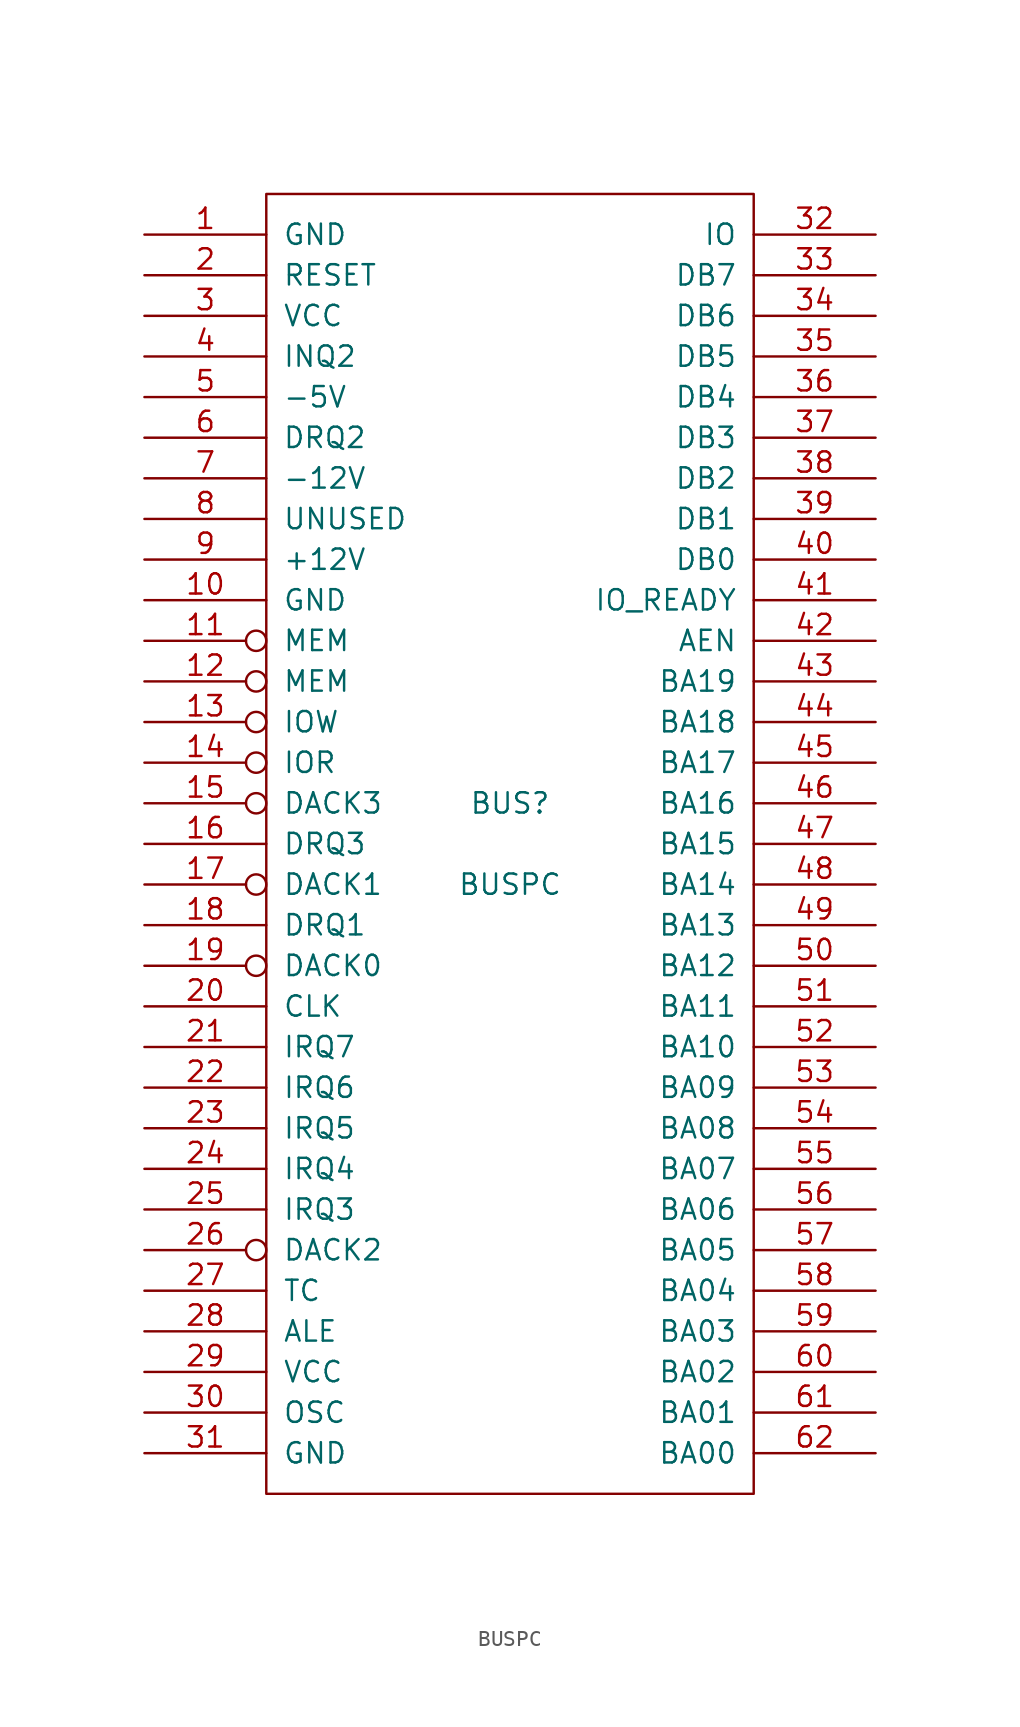
<source format=kicad_sym>
(kicad_symbol_lib
  (version 20211014)
  (generator kicad_symbol_editor)
  (symbol "BUSPC"
    (pin_names
      (offset 1.016))
    (property "Reference" "BUS"
      (at 0 2.54 0)
      (effects (font (size 1.27 1.27))))
    (property "Value" "BUSPC"
      (at 0 -2.54 0)
      (effects (font (size 1.27 1.27))))
    (property "Footprint" ""
      (at 0 0 0)
      (effects (font (size 1.27 1.27))))
    (property "Datasheet" ""
      (at 0 0 0)
      (effects (font (size 1.27 1.27))))
    (symbol "BUSPC_0_1"
      (rectangle (start -15.24 -40.64) (end 15.24 40.64) (stroke (width 0) (type default) (color 0 0 0 0)) (fill (type none))))
    (symbol "BUSPC_1_1"
      (pin passive line (at -22.86 38.1 0) (length 7.62) (name "GND" (effects (font (size 1.27 1.27)))) (number "1" (effects (font (size 1.27 1.27)))))
      (pin passive line (at -22.86 15.24 0) (length 7.62) (name "GND" (effects (font (size 1.27 1.27)))) (number "10" (effects (font (size 1.27 1.27)))))
      (pin output inverted (at -22.86 12.7 0) (length 7.62) (name "MEM" (effects (font (size 1.27 1.27)))) (number "11" (effects (font (size 1.27 1.27)))))
      (pin output inverted (at -22.86 10.16 0) (length 7.62) (name "MEM" (effects (font (size 1.27 1.27)))) (number "12" (effects (font (size 1.27 1.27)))))
      (pin output inverted (at -22.86 7.62 0) (length 7.62) (name "IOW" (effects (font (size 1.27 1.27)))) (number "13" (effects (font (size 1.27 1.27)))))
      (pin output inverted (at -22.86 5.08 0) (length 7.62) (name "IOR" (effects (font (size 1.27 1.27)))) (number "14" (effects (font (size 1.27 1.27)))))
      (pin passive inverted (at -22.86 2.54 0) (length 7.62) (name "DACK3" (effects (font (size 1.27 1.27)))) (number "15" (effects (font (size 1.27 1.27)))))
      (pin passive line (at -22.86 0 0) (length 7.62) (name "DRQ3" (effects (font (size 1.27 1.27)))) (number "16" (effects (font (size 1.27 1.27)))))
      (pin passive inverted (at -22.86 -2.54 0) (length 7.62) (name "DACK1" (effects (font (size 1.27 1.27)))) (number "17" (effects (font (size 1.27 1.27)))))
      (pin passive line (at -22.86 -5.08 0) (length 7.62) (name "DRQ1" (effects (font (size 1.27 1.27)))) (number "18" (effects (font (size 1.27 1.27)))))
      (pin passive inverted (at -22.86 -7.62 0) (length 7.62) (name "DACK0" (effects (font (size 1.27 1.27)))) (number "19" (effects (font (size 1.27 1.27)))))
      (pin output line (at -22.86 35.56 0) (length 7.62) (name "RESET" (effects (font (size 1.27 1.27)))) (number "2" (effects (font (size 1.27 1.27)))))
      (pin output line (at -22.86 -10.16 0) (length 7.62) (name "CLK" (effects (font (size 1.27 1.27)))) (number "20" (effects (font (size 1.27 1.27)))))
      (pin passive line (at -22.86 -12.7 0) (length 7.62) (name "IRQ7" (effects (font (size 1.27 1.27)))) (number "21" (effects (font (size 1.27 1.27)))))
      (pin passive line (at -22.86 -15.24 0) (length 7.62) (name "IRQ6" (effects (font (size 1.27 1.27)))) (number "22" (effects (font (size 1.27 1.27)))))
      (pin passive line (at -22.86 -17.78 0) (length 7.62) (name "IRQ5" (effects (font (size 1.27 1.27)))) (number "23" (effects (font (size 1.27 1.27)))))
      (pin passive line (at -22.86 -20.32 0) (length 7.62) (name "IRQ4" (effects (font (size 1.27 1.27)))) (number "24" (effects (font (size 1.27 1.27)))))
      (pin passive line (at -22.86 -22.86 0) (length 7.62) (name "IRQ3" (effects (font (size 1.27 1.27)))) (number "25" (effects (font (size 1.27 1.27)))))
      (pin passive inverted (at -22.86 -25.4 0) (length 7.62) (name "DACK2" (effects (font (size 1.27 1.27)))) (number "26" (effects (font (size 1.27 1.27)))))
      (pin passive line (at -22.86 -27.94 0) (length 7.62) (name "TC" (effects (font (size 1.27 1.27)))) (number "27" (effects (font (size 1.27 1.27)))))
      (pin output line (at -22.86 -30.48 0) (length 7.62) (name "ALE" (effects (font (size 1.27 1.27)))) (number "28" (effects (font (size 1.27 1.27)))))
      (pin passive line (at -22.86 -33.02 0) (length 7.62) (name "VCC" (effects (font (size 1.27 1.27)))) (number "29" (effects (font (size 1.27 1.27)))))
      (pin passive line (at -22.86 33.02 0) (length 7.62) (name "VCC" (effects (font (size 1.27 1.27)))) (number "3" (effects (font (size 1.27 1.27)))))
      (pin output line (at -22.86 -35.56 0) (length 7.62) (name "OSC" (effects (font (size 1.27 1.27)))) (number "30" (effects (font (size 1.27 1.27)))))
      (pin passive line (at -22.86 -38.1 0) (length 7.62) (name "GND" (effects (font (size 1.27 1.27)))) (number "31" (effects (font (size 1.27 1.27)))))
      (pin passive line (at 22.86 38.1 180) (length 7.62) (name "IO" (effects (font (size 1.27 1.27)))) (number "32" (effects (font (size 1.27 1.27)))))
      (pin tri_state line (at 22.86 35.56 180) (length 7.62) (name "DB7" (effects (font (size 1.27 1.27)))) (number "33" (effects (font (size 1.27 1.27)))))
      (pin tri_state line (at 22.86 33.02 180) (length 7.62) (name "DB6" (effects (font (size 1.27 1.27)))) (number "34" (effects (font (size 1.27 1.27)))))
      (pin tri_state line (at 22.86 30.48 180) (length 7.62) (name "DB5" (effects (font (size 1.27 1.27)))) (number "35" (effects (font (size 1.27 1.27)))))
      (pin tri_state line (at 22.86 27.94 180) (length 7.62) (name "DB4" (effects (font (size 1.27 1.27)))) (number "36" (effects (font (size 1.27 1.27)))))
      (pin tri_state line (at 22.86 25.4 180) (length 7.62) (name "DB3" (effects (font (size 1.27 1.27)))) (number "37" (effects (font (size 1.27 1.27)))))
      (pin tri_state line (at 22.86 22.86 180) (length 7.62) (name "DB2" (effects (font (size 1.27 1.27)))) (number "38" (effects (font (size 1.27 1.27)))))
      (pin tri_state line (at 22.86 20.32 180) (length 7.62) (name "DB1" (effects (font (size 1.27 1.27)))) (number "39" (effects (font (size 1.27 1.27)))))
      (pin passive line (at -22.86 30.48 0) (length 7.62) (name "INQ2" (effects (font (size 1.27 1.27)))) (number "4" (effects (font (size 1.27 1.27)))))
      (pin tri_state line (at 22.86 17.78 180) (length 7.62) (name "DB0" (effects (font (size 1.27 1.27)))) (number "40" (effects (font (size 1.27 1.27)))))
      (pin passive line (at 22.86 15.24 180) (length 7.62) (name "IO_READY" (effects (font (size 1.27 1.27)))) (number "41" (effects (font (size 1.27 1.27)))))
      (pin output line (at 22.86 12.7 180) (length 7.62) (name "AEN" (effects (font (size 1.27 1.27)))) (number "42" (effects (font (size 1.27 1.27)))))
      (pin tri_state line (at 22.86 10.16 180) (length 7.62) (name "BA19" (effects (font (size 1.27 1.27)))) (number "43" (effects (font (size 1.27 1.27)))))
      (pin tri_state line (at 22.86 7.62 180) (length 7.62) (name "BA18" (effects (font (size 1.27 1.27)))) (number "44" (effects (font (size 1.27 1.27)))))
      (pin tri_state line (at 22.86 5.08 180) (length 7.62) (name "BA17" (effects (font (size 1.27 1.27)))) (number "45" (effects (font (size 1.27 1.27)))))
      (pin tri_state line (at 22.86 2.54 180) (length 7.62) (name "BA16" (effects (font (size 1.27 1.27)))) (number "46" (effects (font (size 1.27 1.27)))))
      (pin tri_state line (at 22.86 0 180) (length 7.62) (name "BA15" (effects (font (size 1.27 1.27)))) (number "47" (effects (font (size 1.27 1.27)))))
      (pin tri_state line (at 22.86 -2.54 180) (length 7.62) (name "BA14" (effects (font (size 1.27 1.27)))) (number "48" (effects (font (size 1.27 1.27)))))
      (pin tri_state line (at 22.86 -5.08 180) (length 7.62) (name "BA13" (effects (font (size 1.27 1.27)))) (number "49" (effects (font (size 1.27 1.27)))))
      (pin passive line (at -22.86 27.94 0) (length 7.62) (name "-5V" (effects (font (size 1.27 1.27)))) (number "5" (effects (font (size 1.27 1.27)))))
      (pin tri_state line (at 22.86 -7.62 180) (length 7.62) (name "BA12" (effects (font (size 1.27 1.27)))) (number "50" (effects (font (size 1.27 1.27)))))
      (pin tri_state line (at 22.86 -10.16 180) (length 7.62) (name "BA11" (effects (font (size 1.27 1.27)))) (number "51" (effects (font (size 1.27 1.27)))))
      (pin tri_state line (at 22.86 -12.7 180) (length 7.62) (name "BA10" (effects (font (size 1.27 1.27)))) (number "52" (effects (font (size 1.27 1.27)))))
      (pin tri_state line (at 22.86 -15.24 180) (length 7.62) (name "BA09" (effects (font (size 1.27 1.27)))) (number "53" (effects (font (size 1.27 1.27)))))
      (pin tri_state line (at 22.86 -17.78 180) (length 7.62) (name "BA08" (effects (font (size 1.27 1.27)))) (number "54" (effects (font (size 1.27 1.27)))))
      (pin tri_state line (at 22.86 -20.32 180) (length 7.62) (name "BA07" (effects (font (size 1.27 1.27)))) (number "55" (effects (font (size 1.27 1.27)))))
      (pin tri_state line (at 22.86 -22.86 180) (length 7.62) (name "BA06" (effects (font (size 1.27 1.27)))) (number "56" (effects (font (size 1.27 1.27)))))
      (pin tri_state line (at 22.86 -25.4 180) (length 7.62) (name "BA05" (effects (font (size 1.27 1.27)))) (number "57" (effects (font (size 1.27 1.27)))))
      (pin tri_state line (at 22.86 -27.94 180) (length 7.62) (name "BA04" (effects (font (size 1.27 1.27)))) (number "58" (effects (font (size 1.27 1.27)))))
      (pin tri_state line (at 22.86 -30.48 180) (length 7.62) (name "BA03" (effects (font (size 1.27 1.27)))) (number "59" (effects (font (size 1.27 1.27)))))
      (pin passive line (at -22.86 25.4 0) (length 7.62) (name "DRQ2" (effects (font (size 1.27 1.27)))) (number "6" (effects (font (size 1.27 1.27)))))
      (pin tri_state line (at 22.86 -33.02 180) (length 7.62) (name "BA02" (effects (font (size 1.27 1.27)))) (number "60" (effects (font (size 1.27 1.27)))))
      (pin tri_state line (at 22.86 -35.56 180) (length 7.62) (name "BA01" (effects (font (size 1.27 1.27)))) (number "61" (effects (font (size 1.27 1.27)))))
      (pin tri_state line (at 22.86 -38.1 180) (length 7.62) (name "BA00" (effects (font (size 1.27 1.27)))) (number "62" (effects (font (size 1.27 1.27)))))
      (pin passive line (at -22.86 22.86 0) (length 7.62) (name "-12V" (effects (font (size 1.27 1.27)))) (number "7" (effects (font (size 1.27 1.27)))))
      (pin passive line (at -22.86 20.32 0) (length 7.62) (name "UNUSED" (effects (font (size 1.27 1.27)))) (number "8" (effects (font (size 1.27 1.27)))))
      (pin passive line (at -22.86 17.78 0) (length 7.62) (name "+12V" (effects (font (size 1.27 1.27)))) (number "9" (effects (font (size 1.27 1.27))))))))
</source>
